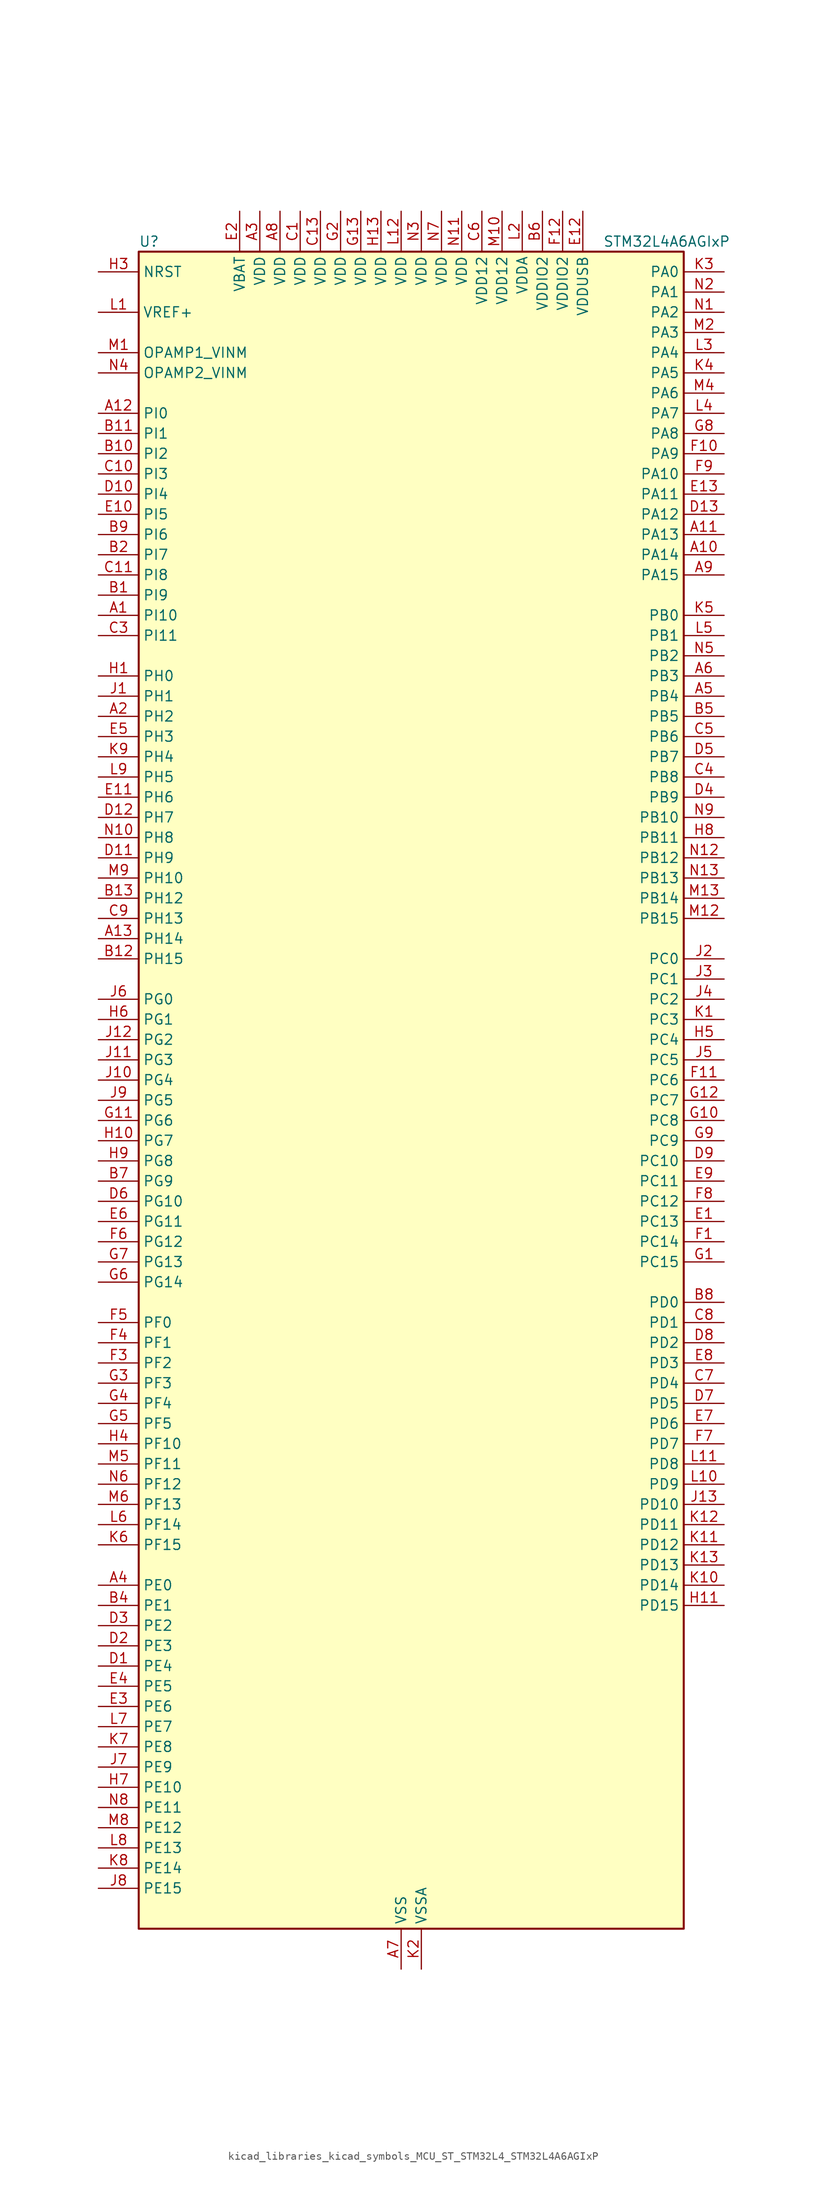
<source format=kicad_sym>
(kicad_symbol_lib
  (version 20220914)
  (generator kicad_symbol_editor)
  (symbol "kicad_libraries_kicad_symbols_MCU_ST_STM32L4_STM32L4A6AGIxP"
    (property "Reference" "U"
      (at -33.02 107.95 0)
      (effects (font (size 1.27 1.27)) (justify left)))
    (property "Value" "STM32L4A6AGIxP"
      (at 25.4 107.95 0)
      (effects (font (size 1.27 1.27)) (justify left)))
    (property "ki_locked" ""
      (at 0 0 0)
      (effects (font (size 1.27 1.27))))
    (symbol "kicad_libraries_kicad_symbols_MCU_ST_STM32L4_STM32L4A6AGIxP_0_1"
      (rectangle (start -33.02 -104.14) (end 35.56 106.68) (stroke (width 0.254) (type default)) (fill (type background))))
    (symbol "kicad_libraries_kicad_symbols_MCU_ST_STM32L4_STM32L4A6AGIxP_1_1"
      (pin bidirectional line (at -38.1 60.96 0) (length 5.08) (name "PI10" (effects (font (size 1.27 1.27)))) (number "A1" (effects (font (size 1.27 1.27)))))
      (pin bidirectional line (at 40.64 68.58 180) (length 5.08) (name "PA14" (effects (font (size 1.27 1.27)))) (number "A10" (effects (font (size 1.27 1.27)))) (alternate "I2C1_SMBA" bidirectional line) (alternate "I2C4_SMBA" bidirectional line) (alternate "LPTIM1_OUT" bidirectional line) (alternate "SAI1_FS_B" bidirectional line) (alternate "SWPMI1_RX" bidirectional line) (alternate "SYS_JTCK-SWCLK" bidirectional line) (alternate "USB_OTG_FS_SOF" bidirectional line))
      (pin bidirectional line (at 40.64 71.12 180) (length 5.08) (name "PA13" (effects (font (size 1.27 1.27)))) (number "A11" (effects (font (size 1.27 1.27)))) (alternate "IR_OUT" bidirectional line) (alternate "SAI1_SD_B" bidirectional line) (alternate "SWPMI1_TX" bidirectional line) (alternate "SYS_JTMS-SWDIO" bidirectional line) (alternate "USB_OTG_FS_NOE" bidirectional line))
      (pin bidirectional line (at -38.1 86.36 0) (length 5.08) (name "PI0" (effects (font (size 1.27 1.27)))) (number "A12" (effects (font (size 1.27 1.27)))) (alternate "DCMI_D13" bidirectional line) (alternate "SPI2_NSS" bidirectional line) (alternate "TIM5_CH4" bidirectional line))
      (pin bidirectional line (at -38.1 20.32 0) (length 5.08) (name "PH14" (effects (font (size 1.27 1.27)))) (number "A13" (effects (font (size 1.27 1.27)))) (alternate "DCMI_D4" bidirectional line) (alternate "TIM8_CH2N" bidirectional line))
      (pin bidirectional line (at -38.1 48.26 0) (length 5.08) (name "PH2" (effects (font (size 1.27 1.27)))) (number "A2" (effects (font (size 1.27 1.27)))) (alternate "QUADSPI_BK2_IO0" bidirectional line))
      (pin power_in line (at -17.78 111.76 270) (length 5.08) (name "VDD" (effects (font (size 1.27 1.27)))) (number "A3" (effects (font (size 1.27 1.27)))))
      (pin bidirectional line (at -38.1 -60.96 0) (length 5.08) (name "PE0" (effects (font (size 1.27 1.27)))) (number "A4" (effects (font (size 1.27 1.27)))) (alternate "DCMI_D2" bidirectional line) (alternate "FMC_NBL0" bidirectional line) (alternate "LCD_SEG36" bidirectional line) (alternate "TIM16_CH1" bidirectional line) (alternate "TIM4_ETR" bidirectional line))
      (pin bidirectional line (at 40.64 50.8 180) (length 5.08) (name "PB4" (effects (font (size 1.27 1.27)))) (number "A5" (effects (font (size 1.27 1.27)))) (alternate "COMP2_INP" bidirectional line) (alternate "DCMI_D12" bidirectional line) (alternate "I2C3_SDA" bidirectional line) (alternate "LCD_SEG8" bidirectional line) (alternate "SAI1_MCLK_B" bidirectional line) (alternate "SPI1_MISO" bidirectional line) (alternate "SPI3_MISO" bidirectional line) (alternate "SYS_JTRST" bidirectional line) (alternate "TIM17_BKIN" bidirectional line) (alternate "TIM3_CH1" bidirectional line) (alternate "TSC_G2_IO1" bidirectional line) (alternate "UART5_DE" bidirectional line) (alternate "UART5_RTS" bidirectional line) (alternate "USART1_CTS" bidirectional line))
      (pin bidirectional line (at 40.64 53.34 180) (length 5.08) (name "PB3" (effects (font (size 1.27 1.27)))) (number "A6" (effects (font (size 1.27 1.27)))) (alternate "COMP2_INM" bidirectional line) (alternate "CRS_SYNC" bidirectional line) (alternate "LCD_SEG7" bidirectional line) (alternate "SAI1_SCK_B" bidirectional line) (alternate "SPI1_SCK" bidirectional line) (alternate "SPI3_SCK" bidirectional line) (alternate "SYS_JTDO-SWO" bidirectional line) (alternate "TIM2_CH2" bidirectional line) (alternate "USART1_DE" bidirectional line) (alternate "USART1_RTS" bidirectional line))
      (pin power_in line (at 0 -109.22 90) (length 5.08) (name "VSS" (effects (font (size 1.27 1.27)))) (number "A7" (effects (font (size 1.27 1.27)))))
      (pin power_in line (at -15.24 111.76 270) (length 5.08) (name "VDD" (effects (font (size 1.27 1.27)))) (number "A8" (effects (font (size 1.27 1.27)))))
      (pin bidirectional line (at 40.64 66.04 180) (length 5.08) (name "PA15" (effects (font (size 1.27 1.27)))) (number "A9" (effects (font (size 1.27 1.27)))) (alternate "ADC1_EXTI15" bidirectional line) (alternate "ADC2_EXTI15" bidirectional line) (alternate "ADC3_EXTI15" bidirectional line) (alternate "LCD_SEG17" bidirectional line) (alternate "SAI2_FS_B" bidirectional line) (alternate "SPI1_NSS" bidirectional line) (alternate "SPI3_NSS" bidirectional line) (alternate "SWPMI1_SUSPEND" bidirectional line) (alternate "SYS_JTDI" bidirectional line) (alternate "TIM2_CH1" bidirectional line) (alternate "TIM2_ETR" bidirectional line) (alternate "TSC_G3_IO1" bidirectional line) (alternate "UART4_DE" bidirectional line) (alternate "UART4_RTS" bidirectional line) (alternate "USART2_RX" bidirectional line) (alternate "USART3_DE" bidirectional line) (alternate "USART3_RTS" bidirectional line))
      (pin bidirectional line (at -38.1 63.5 0) (length 5.08) (name "PI9" (effects (font (size 1.27 1.27)))) (number "B1" (effects (font (size 1.27 1.27)))) (alternate "CAN1_RX" bidirectional line) (alternate "DAC1_EXTI9" bidirectional line))
      (pin bidirectional line (at -38.1 81.28 0) (length 5.08) (name "PI2" (effects (font (size 1.27 1.27)))) (number "B10" (effects (font (size 1.27 1.27)))) (alternate "DCMI_D9" bidirectional line) (alternate "SPI2_MISO" bidirectional line) (alternate "TIM8_CH4" bidirectional line))
      (pin bidirectional line (at -38.1 83.82 0) (length 5.08) (name "PI1" (effects (font (size 1.27 1.27)))) (number "B11" (effects (font (size 1.27 1.27)))) (alternate "DCMI_D8" bidirectional line) (alternate "SPI2_SCK" bidirectional line))
      (pin bidirectional line (at -38.1 17.78 0) (length 5.08) (name "PH15" (effects (font (size 1.27 1.27)))) (number "B12" (effects (font (size 1.27 1.27)))) (alternate "ADC1_EXTI15" bidirectional line) (alternate "ADC2_EXTI15" bidirectional line) (alternate "ADC3_EXTI15" bidirectional line) (alternate "DCMI_D11" bidirectional line) (alternate "TIM8_CH3N" bidirectional line))
      (pin bidirectional line (at -38.1 25.4 0) (length 5.08) (name "PH12" (effects (font (size 1.27 1.27)))) (number "B13" (effects (font (size 1.27 1.27)))) (alternate "DCMI_D3" bidirectional line) (alternate "TIM5_CH3" bidirectional line))
      (pin bidirectional line (at -38.1 68.58 0) (length 5.08) (name "PI7" (effects (font (size 1.27 1.27)))) (number "B2" (effects (font (size 1.27 1.27)))) (alternate "DCMI_D7" bidirectional line) (alternate "TIM8_CH3" bidirectional line))
      (pin passive line (at 0 -109.22 90) (length 5.08) hide (name "VSS" (effects (font (size 1.27 1.27)))) (number "B3" (effects (font (size 1.27 1.27)))))
      (pin bidirectional line (at -38.1 -63.5 0) (length 5.08) (name "PE1" (effects (font (size 1.27 1.27)))) (number "B4" (effects (font (size 1.27 1.27)))) (alternate "DCMI_D3" bidirectional line) (alternate "FMC_NBL1" bidirectional line) (alternate "LCD_SEG37" bidirectional line) (alternate "TIM17_CH1" bidirectional line))
      (pin bidirectional line (at 40.64 48.26 180) (length 5.08) (name "PB5" (effects (font (size 1.27 1.27)))) (number "B5" (effects (font (size 1.27 1.27)))) (alternate "CAN2_RX" bidirectional line) (alternate "COMP2_OUT" bidirectional line) (alternate "DCMI_D10" bidirectional line) (alternate "I2C1_SMBA" bidirectional line) (alternate "LCD_SEG9" bidirectional line) (alternate "LPTIM1_IN1" bidirectional line) (alternate "SAI1_SD_B" bidirectional line) (alternate "SPI1_MOSI" bidirectional line) (alternate "SPI3_MOSI" bidirectional line) (alternate "TIM16_BKIN" bidirectional line) (alternate "TIM3_CH2" bidirectional line) (alternate "TSC_G2_IO2" bidirectional line) (alternate "UART5_CTS" bidirectional line) (alternate "USART1_CK" bidirectional line))
      (pin power_in line (at 17.78 111.76 270) (length 5.08) (name "VDDIO2" (effects (font (size 1.27 1.27)))) (number "B6" (effects (font (size 1.27 1.27)))))
      (pin bidirectional line (at -38.1 -10.16 0) (length 5.08) (name "PG9" (effects (font (size 1.27 1.27)))) (number "B7" (effects (font (size 1.27 1.27)))) (alternate "DAC1_EXTI9" bidirectional line) (alternate "FMC_NCE" bidirectional line) (alternate "FMC_NE2" bidirectional line) (alternate "SAI2_SCK_A" bidirectional line) (alternate "SPI3_SCK" bidirectional line) (alternate "TIM15_CH1N" bidirectional line) (alternate "USART1_TX" bidirectional line))
      (pin bidirectional line (at 40.64 -25.4 180) (length 5.08) (name "PD0" (effects (font (size 1.27 1.27)))) (number "B8" (effects (font (size 1.27 1.27)))) (alternate "CAN1_RX" bidirectional line) (alternate "DFSDM1_DATIN7" bidirectional line) (alternate "FMC_D2" bidirectional line) (alternate "FMC_DA2" bidirectional line) (alternate "SPI2_NSS" bidirectional line))
      (pin bidirectional line (at -38.1 71.12 0) (length 5.08) (name "PI6" (effects (font (size 1.27 1.27)))) (number "B9" (effects (font (size 1.27 1.27)))) (alternate "DCMI_D6" bidirectional line) (alternate "TIM8_CH2" bidirectional line))
      (pin power_in line (at -12.7 111.76 270) (length 5.08) (name "VDD" (effects (font (size 1.27 1.27)))) (number "C1" (effects (font (size 1.27 1.27)))))
      (pin bidirectional line (at -38.1 78.74 0) (length 5.08) (name "PI3" (effects (font (size 1.27 1.27)))) (number "C10" (effects (font (size 1.27 1.27)))) (alternate "DCMI_D10" bidirectional line) (alternate "SPI2_MOSI" bidirectional line) (alternate "TIM8_ETR" bidirectional line))
      (pin bidirectional line (at -38.1 66.04 0) (length 5.08) (name "PI8" (effects (font (size 1.27 1.27)))) (number "C11" (effects (font (size 1.27 1.27)))) (alternate "DCMI_D12" bidirectional line))
      (pin passive line (at 0 -109.22 90) (length 5.08) hide (name "VSS" (effects (font (size 1.27 1.27)))) (number "C12" (effects (font (size 1.27 1.27)))))
      (pin power_in line (at -10.16 111.76 270) (length 5.08) (name "VDD" (effects (font (size 1.27 1.27)))) (number "C13" (effects (font (size 1.27 1.27)))))
      (pin passive line (at 0 -109.22 90) (length 5.08) hide (name "VSS" (effects (font (size 1.27 1.27)))) (number "C2" (effects (font (size 1.27 1.27)))))
      (pin bidirectional line (at -38.1 58.42 0) (length 5.08) (name "PI11" (effects (font (size 1.27 1.27)))) (number "C3" (effects (font (size 1.27 1.27)))) (alternate "ADC1_EXTI11" bidirectional line) (alternate "ADC2_EXTI11" bidirectional line) (alternate "ADC3_EXTI11" bidirectional line))
      (pin bidirectional line (at 40.64 40.64 180) (length 5.08) (name "PB8" (effects (font (size 1.27 1.27)))) (number "C4" (effects (font (size 1.27 1.27)))) (alternate "CAN1_RX" bidirectional line) (alternate "DCMI_D6" bidirectional line) (alternate "DFSDM1_DATIN6" bidirectional line) (alternate "I2C1_SCL" bidirectional line) (alternate "LCD_SEG16" bidirectional line) (alternate "SAI1_MCLK_A" bidirectional line) (alternate "SDMMC1_D4" bidirectional line) (alternate "TIM16_CH1" bidirectional line) (alternate "TIM4_CH3" bidirectional line))
      (pin bidirectional line (at 40.64 45.72 180) (length 5.08) (name "PB6" (effects (font (size 1.27 1.27)))) (number "C5" (effects (font (size 1.27 1.27)))) (alternate "CAN2_TX" bidirectional line) (alternate "COMP2_INP" bidirectional line) (alternate "DCMI_D5" bidirectional line) (alternate "DFSDM1_DATIN5" bidirectional line) (alternate "I2C1_SCL" bidirectional line) (alternate "I2C4_SCL" bidirectional line) (alternate "LPTIM1_ETR" bidirectional line) (alternate "SAI1_FS_B" bidirectional line) (alternate "TIM16_CH1N" bidirectional line) (alternate "TIM4_CH1" bidirectional line) (alternate "TIM8_BKIN2" bidirectional line) (alternate "TIM8_BKIN2_COMP2" bidirectional line) (alternate "TSC_G2_IO3" bidirectional line) (alternate "USART1_TX" bidirectional line))
      (pin power_in line (at 10.16 111.76 270) (length 5.08) (name "VDD12" (effects (font (size 1.27 1.27)))) (number "C6" (effects (font (size 1.27 1.27)))))
      (pin bidirectional line (at 40.64 -35.56 180) (length 5.08) (name "PD4" (effects (font (size 1.27 1.27)))) (number "C7" (effects (font (size 1.27 1.27)))) (alternate "DFSDM1_CKIN0" bidirectional line) (alternate "FMC_NOE" bidirectional line) (alternate "QUADSPI_BK2_IO0" bidirectional line) (alternate "SPI2_MOSI" bidirectional line) (alternate "USART2_DE" bidirectional line) (alternate "USART2_RTS" bidirectional line))
      (pin bidirectional line (at 40.64 -27.94 180) (length 5.08) (name "PD1" (effects (font (size 1.27 1.27)))) (number "C8" (effects (font (size 1.27 1.27)))) (alternate "CAN1_TX" bidirectional line) (alternate "DFSDM1_CKIN7" bidirectional line) (alternate "FMC_D3" bidirectional line) (alternate "FMC_DA3" bidirectional line) (alternate "SPI2_SCK" bidirectional line))
      (pin bidirectional line (at -38.1 22.86 0) (length 5.08) (name "PH13" (effects (font (size 1.27 1.27)))) (number "C9" (effects (font (size 1.27 1.27)))) (alternate "CAN1_TX" bidirectional line) (alternate "TIM8_CH1N" bidirectional line))
      (pin bidirectional line (at -38.1 -71.12 0) (length 5.08) (name "PE4" (effects (font (size 1.27 1.27)))) (number "D1" (effects (font (size 1.27 1.27)))) (alternate "DCMI_D4" bidirectional line) (alternate "DFSDM1_DATIN3" bidirectional line) (alternate "FMC_A20" bidirectional line) (alternate "SAI1_FS_A" bidirectional line) (alternate "SYS_TRACED1" bidirectional line) (alternate "TIM3_CH2" bidirectional line) (alternate "TSC_G7_IO3" bidirectional line))
      (pin bidirectional line (at -38.1 76.2 0) (length 5.08) (name "PI4" (effects (font (size 1.27 1.27)))) (number "D10" (effects (font (size 1.27 1.27)))) (alternate "DCMI_D5" bidirectional line) (alternate "TIM8_BKIN" bidirectional line))
      (pin bidirectional line (at -38.1 30.48 0) (length 5.08) (name "PH9" (effects (font (size 1.27 1.27)))) (number "D11" (effects (font (size 1.27 1.27)))) (alternate "DAC1_EXTI9" bidirectional line) (alternate "DCMI_D0" bidirectional line) (alternate "I2C3_SMBA" bidirectional line))
      (pin bidirectional line (at -38.1 35.56 0) (length 5.08) (name "PH7" (effects (font (size 1.27 1.27)))) (number "D12" (effects (font (size 1.27 1.27)))) (alternate "DCMI_D9" bidirectional line) (alternate "I2C3_SCL" bidirectional line))
      (pin bidirectional line (at 40.64 73.66 180) (length 5.08) (name "PA12" (effects (font (size 1.27 1.27)))) (number "D13" (effects (font (size 1.27 1.27)))) (alternate "CAN1_TX" bidirectional line) (alternate "SPI1_MOSI" bidirectional line) (alternate "TIM1_ETR" bidirectional line) (alternate "USART1_DE" bidirectional line) (alternate "USART1_RTS" bidirectional line) (alternate "USB_OTG_FS_DP" bidirectional line))
      (pin bidirectional line (at -38.1 -68.58 0) (length 5.08) (name "PE3" (effects (font (size 1.27 1.27)))) (number "D2" (effects (font (size 1.27 1.27)))) (alternate "FMC_A19" bidirectional line) (alternate "LCD_SEG39" bidirectional line) (alternate "SAI1_SD_B" bidirectional line) (alternate "SYS_TRACED0" bidirectional line) (alternate "TIM3_CH1" bidirectional line) (alternate "TSC_G7_IO2" bidirectional line))
      (pin bidirectional line (at -38.1 -66.04 0) (length 5.08) (name "PE2" (effects (font (size 1.27 1.27)))) (number "D3" (effects (font (size 1.27 1.27)))) (alternate "FMC_A23" bidirectional line) (alternate "LCD_SEG38" bidirectional line) (alternate "SAI1_MCLK_A" bidirectional line) (alternate "SYS_TRACECLK" bidirectional line) (alternate "TIM3_ETR" bidirectional line) (alternate "TSC_G7_IO1" bidirectional line))
      (pin bidirectional line (at 40.64 38.1 180) (length 5.08) (name "PB9" (effects (font (size 1.27 1.27)))) (number "D4" (effects (font (size 1.27 1.27)))) (alternate "CAN1_TX" bidirectional line) (alternate "DAC1_EXTI9" bidirectional line) (alternate "DCMI_D7" bidirectional line) (alternate "DFSDM1_CKIN6" bidirectional line) (alternate "I2C1_SDA" bidirectional line) (alternate "IR_OUT" bidirectional line) (alternate "LCD_COM3" bidirectional line) (alternate "SAI1_FS_A" bidirectional line) (alternate "SDMMC1_D5" bidirectional line) (alternate "SPI2_NSS" bidirectional line) (alternate "TIM17_CH1" bidirectional line) (alternate "TIM4_CH4" bidirectional line))
      (pin bidirectional line (at 40.64 43.18 180) (length 5.08) (name "PB7" (effects (font (size 1.27 1.27)))) (number "D5" (effects (font (size 1.27 1.27)))) (alternate "COMP2_INM" bidirectional line) (alternate "DCMI_VSYNC" bidirectional line) (alternate "DFSDM1_CKIN5" bidirectional line) (alternate "FMC_NL" bidirectional line) (alternate "I2C1_SDA" bidirectional line) (alternate "I2C4_SDA" bidirectional line) (alternate "LCD_SEG21" bidirectional line) (alternate "LPTIM1_IN2" bidirectional line) (alternate "SYS_PVD_IN" bidirectional line) (alternate "TIM17_CH1N" bidirectional line) (alternate "TIM4_CH2" bidirectional line) (alternate "TIM8_BKIN" bidirectional line) (alternate "TIM8_BKIN_COMP1" bidirectional line) (alternate "TSC_G2_IO4" bidirectional line) (alternate "UART4_CTS" bidirectional line) (alternate "USART1_RX" bidirectional line))
      (pin bidirectional line (at -38.1 -12.7 0) (length 5.08) (name "PG10" (effects (font (size 1.27 1.27)))) (number "D6" (effects (font (size 1.27 1.27)))) (alternate "FMC_NE3" bidirectional line) (alternate "LPTIM1_IN1" bidirectional line) (alternate "SAI2_FS_A" bidirectional line) (alternate "SPI3_MISO" bidirectional line) (alternate "TIM15_CH1" bidirectional line) (alternate "USART1_RX" bidirectional line))
      (pin bidirectional line (at 40.64 -38.1 180) (length 5.08) (name "PD5" (effects (font (size 1.27 1.27)))) (number "D7" (effects (font (size 1.27 1.27)))) (alternate "FMC_NWE" bidirectional line) (alternate "QUADSPI_BK2_IO1" bidirectional line) (alternate "USART2_TX" bidirectional line))
      (pin bidirectional line (at 40.64 -30.48 180) (length 5.08) (name "PD2" (effects (font (size 1.27 1.27)))) (number "D8" (effects (font (size 1.27 1.27)))) (alternate "DCMI_D11" bidirectional line) (alternate "LCD_COM7" bidirectional line) (alternate "LCD_SEG31" bidirectional line) (alternate "LCD_SEG43" bidirectional line) (alternate "SDMMC1_CMD" bidirectional line) (alternate "SYS_TRACED2" bidirectional line) (alternate "TIM3_ETR" bidirectional line) (alternate "TSC_SYNC" bidirectional line) (alternate "UART5_RX" bidirectional line) (alternate "USART3_DE" bidirectional line) (alternate "USART3_RTS" bidirectional line))
      (pin bidirectional line (at 40.64 -7.62 180) (length 5.08) (name "PC10" (effects (font (size 1.27 1.27)))) (number "D9" (effects (font (size 1.27 1.27)))) (alternate "DCMI_D8" bidirectional line) (alternate "LCD_COM4" bidirectional line) (alternate "LCD_SEG28" bidirectional line) (alternate "LCD_SEG40" bidirectional line) (alternate "SAI2_SCK_B" bidirectional line) (alternate "SDMMC1_D2" bidirectional line) (alternate "SPI3_SCK" bidirectional line) (alternate "SYS_TRACED1" bidirectional line) (alternate "TSC_G3_IO2" bidirectional line) (alternate "UART4_TX" bidirectional line) (alternate "USART3_TX" bidirectional line))
      (pin bidirectional line (at 40.64 -15.24 180) (length 5.08) (name "PC13" (effects (font (size 1.27 1.27)))) (number "E1" (effects (font (size 1.27 1.27)))) (alternate "RTC_OUT_ALARM" bidirectional line) (alternate "RTC_OUT_CALIB" bidirectional line) (alternate "RTC_TAMP1" bidirectional line) (alternate "RTC_TS" bidirectional line) (alternate "SYS_WKUP2" bidirectional line))
      (pin bidirectional line (at -38.1 73.66 0) (length 5.08) (name "PI5" (effects (font (size 1.27 1.27)))) (number "E10" (effects (font (size 1.27 1.27)))) (alternate "DCMI_VSYNC" bidirectional line) (alternate "TIM8_CH1" bidirectional line))
      (pin bidirectional line (at -38.1 38.1 0) (length 5.08) (name "PH6" (effects (font (size 1.27 1.27)))) (number "E11" (effects (font (size 1.27 1.27)))) (alternate "DCMI_D8" bidirectional line) (alternate "I2C2_SMBA" bidirectional line))
      (pin power_in line (at 22.86 111.76 270) (length 5.08) (name "VDDUSB" (effects (font (size 1.27 1.27)))) (number "E12" (effects (font (size 1.27 1.27)))))
      (pin bidirectional line (at 40.64 76.2 180) (length 5.08) (name "PA11" (effects (font (size 1.27 1.27)))) (number "E13" (effects (font (size 1.27 1.27)))) (alternate "ADC1_EXTI11" bidirectional line) (alternate "ADC2_EXTI11" bidirectional line) (alternate "ADC3_EXTI11" bidirectional line) (alternate "CAN1_RX" bidirectional line) (alternate "SPI1_MISO" bidirectional line) (alternate "TIM1_BKIN2" bidirectional line) (alternate "TIM1_BKIN2_COMP1" bidirectional line) (alternate "TIM1_CH4" bidirectional line) (alternate "USART1_CTS" bidirectional line) (alternate "USB_OTG_FS_DM" bidirectional line))
      (pin power_in line (at -20.32 111.76 270) (length 5.08) (name "VBAT" (effects (font (size 1.27 1.27)))) (number "E2" (effects (font (size 1.27 1.27)))))
      (pin bidirectional line (at -38.1 -76.2 0) (length 5.08) (name "PE6" (effects (font (size 1.27 1.27)))) (number "E3" (effects (font (size 1.27 1.27)))) (alternate "DCMI_D7" bidirectional line) (alternate "FMC_A22" bidirectional line) (alternate "RTC_TAMP3" bidirectional line) (alternate "SAI1_SD_A" bidirectional line) (alternate "SYS_TRACED3" bidirectional line) (alternate "SYS_WKUP3" bidirectional line) (alternate "TIM3_CH4" bidirectional line))
      (pin bidirectional line (at -38.1 -73.66 0) (length 5.08) (name "PE5" (effects (font (size 1.27 1.27)))) (number "E4" (effects (font (size 1.27 1.27)))) (alternate "DCMI_D6" bidirectional line) (alternate "DFSDM1_CKIN3" bidirectional line) (alternate "FMC_A21" bidirectional line) (alternate "SAI1_SCK_A" bidirectional line) (alternate "SYS_TRACED2" bidirectional line) (alternate "TIM3_CH3" bidirectional line) (alternate "TSC_G7_IO4" bidirectional line))
      (pin bidirectional line (at -38.1 45.72 0) (length 5.08) (name "PH3" (effects (font (size 1.27 1.27)))) (number "E5" (effects (font (size 1.27 1.27)))))
      (pin bidirectional line (at -38.1 -15.24 0) (length 5.08) (name "PG11" (effects (font (size 1.27 1.27)))) (number "E6" (effects (font (size 1.27 1.27)))) (alternate "ADC1_EXTI11" bidirectional line) (alternate "ADC2_EXTI11" bidirectional line) (alternate "ADC3_EXTI11" bidirectional line) (alternate "LPTIM1_IN2" bidirectional line) (alternate "SAI2_MCLK_A" bidirectional line) (alternate "SPI3_MOSI" bidirectional line) (alternate "TIM15_CH2" bidirectional line) (alternate "USART1_CTS" bidirectional line))
      (pin bidirectional line (at 40.64 -40.64 180) (length 5.08) (name "PD6" (effects (font (size 1.27 1.27)))) (number "E7" (effects (font (size 1.27 1.27)))) (alternate "DCMI_D10" bidirectional line) (alternate "DFSDM1_DATIN1" bidirectional line) (alternate "FMC_NWAIT" bidirectional line) (alternate "QUADSPI_BK2_IO1" bidirectional line) (alternate "QUADSPI_BK2_IO2" bidirectional line) (alternate "SAI1_SD_A" bidirectional line) (alternate "USART2_RX" bidirectional line))
      (pin bidirectional line (at 40.64 -33.02 180) (length 5.08) (name "PD3" (effects (font (size 1.27 1.27)))) (number "E8" (effects (font (size 1.27 1.27)))) (alternate "DCMI_D5" bidirectional line) (alternate "DFSDM1_DATIN0" bidirectional line) (alternate "FMC_CLK" bidirectional line) (alternate "QUADSPI_BK2_NCS" bidirectional line) (alternate "SPI2_MISO" bidirectional line) (alternate "SPI2_SCK" bidirectional line) (alternate "USART2_CTS" bidirectional line))
      (pin bidirectional line (at 40.64 -10.16 180) (length 5.08) (name "PC11" (effects (font (size 1.27 1.27)))) (number "E9" (effects (font (size 1.27 1.27)))) (alternate "ADC1_EXTI11" bidirectional line) (alternate "ADC2_EXTI11" bidirectional line) (alternate "ADC3_EXTI11" bidirectional line) (alternate "DCMI_D4" bidirectional line) (alternate "LCD_COM5" bidirectional line) (alternate "LCD_SEG29" bidirectional line) (alternate "LCD_SEG41" bidirectional line) (alternate "QUADSPI_BK2_NCS" bidirectional line) (alternate "SAI2_MCLK_B" bidirectional line) (alternate "SDMMC1_D3" bidirectional line) (alternate "SPI3_MISO" bidirectional line) (alternate "TSC_G3_IO3" bidirectional line) (alternate "UART4_RX" bidirectional line) (alternate "USART3_RX" bidirectional line))
      (pin bidirectional line (at 40.64 -17.78 180) (length 5.08) (name "PC14" (effects (font (size 1.27 1.27)))) (number "F1" (effects (font (size 1.27 1.27)))) (alternate "RCC_OSC32_IN" bidirectional line))
      (pin bidirectional line (at 40.64 81.28 180) (length 5.08) (name "PA9" (effects (font (size 1.27 1.27)))) (number "F10" (effects (font (size 1.27 1.27)))) (alternate "DAC1_EXTI9" bidirectional line) (alternate "DCMI_D0" bidirectional line) (alternate "LCD_COM1" bidirectional line) (alternate "SAI1_FS_A" bidirectional line) (alternate "SPI2_SCK" bidirectional line) (alternate "TIM15_BKIN" bidirectional line) (alternate "TIM1_CH2" bidirectional line) (alternate "USART1_TX" bidirectional line) (alternate "USB_OTG_FS_VBUS" bidirectional line))
      (pin bidirectional line (at 40.64 2.54 180) (length 5.08) (name "PC6" (effects (font (size 1.27 1.27)))) (number "F11" (effects (font (size 1.27 1.27)))) (alternate "DCMI_D0" bidirectional line) (alternate "DFSDM1_CKIN3" bidirectional line) (alternate "LCD_SEG24" bidirectional line) (alternate "SAI2_MCLK_A" bidirectional line) (alternate "SDMMC1_D6" bidirectional line) (alternate "TIM3_CH1" bidirectional line) (alternate "TIM8_CH1" bidirectional line) (alternate "TSC_G4_IO1" bidirectional line))
      (pin power_in line (at 20.32 111.76 270) (length 5.08) (name "VDDIO2" (effects (font (size 1.27 1.27)))) (number "F12" (effects (font (size 1.27 1.27)))))
      (pin passive line (at 0 -109.22 90) (length 5.08) hide (name "VSS" (effects (font (size 1.27 1.27)))) (number "F13" (effects (font (size 1.27 1.27)))))
      (pin passive line (at 0 -109.22 90) (length 5.08) hide (name "VSS" (effects (font (size 1.27 1.27)))) (number "F2" (effects (font (size 1.27 1.27)))))
      (pin bidirectional line (at -38.1 -33.02 0) (length 5.08) (name "PF2" (effects (font (size 1.27 1.27)))) (number "F3" (effects (font (size 1.27 1.27)))) (alternate "FMC_A2" bidirectional line) (alternate "I2C2_SMBA" bidirectional line))
      (pin bidirectional line (at -38.1 -30.48 0) (length 5.08) (name "PF1" (effects (font (size 1.27 1.27)))) (number "F4" (effects (font (size 1.27 1.27)))) (alternate "FMC_A1" bidirectional line) (alternate "I2C2_SCL" bidirectional line))
      (pin bidirectional line (at -38.1 -27.94 0) (length 5.08) (name "PF0" (effects (font (size 1.27 1.27)))) (number "F5" (effects (font (size 1.27 1.27)))) (alternate "FMC_A0" bidirectional line) (alternate "I2C2_SDA" bidirectional line))
      (pin bidirectional line (at -38.1 -17.78 0) (length 5.08) (name "PG12" (effects (font (size 1.27 1.27)))) (number "F6" (effects (font (size 1.27 1.27)))) (alternate "FMC_NE4" bidirectional line) (alternate "LPTIM1_ETR" bidirectional line) (alternate "SAI2_SD_A" bidirectional line) (alternate "SPI3_NSS" bidirectional line) (alternate "USART1_DE" bidirectional line) (alternate "USART1_RTS" bidirectional line))
      (pin bidirectional line (at 40.64 -43.18 180) (length 5.08) (name "PD7" (effects (font (size 1.27 1.27)))) (number "F7" (effects (font (size 1.27 1.27)))) (alternate "DFSDM1_CKIN1" bidirectional line) (alternate "FMC_NE1" bidirectional line) (alternate "QUADSPI_BK2_IO3" bidirectional line) (alternate "USART2_CK" bidirectional line))
      (pin bidirectional line (at 40.64 -12.7 180) (length 5.08) (name "PC12" (effects (font (size 1.27 1.27)))) (number "F8" (effects (font (size 1.27 1.27)))) (alternate "DCMI_D9" bidirectional line) (alternate "LCD_COM6" bidirectional line) (alternate "LCD_SEG30" bidirectional line) (alternate "LCD_SEG42" bidirectional line) (alternate "SAI2_SD_B" bidirectional line) (alternate "SDMMC1_CK" bidirectional line) (alternate "SPI3_MOSI" bidirectional line) (alternate "SYS_TRACED3" bidirectional line) (alternate "TSC_G3_IO4" bidirectional line) (alternate "UART5_TX" bidirectional line) (alternate "USART3_CK" bidirectional line))
      (pin bidirectional line (at 40.64 78.74 180) (length 5.08) (name "PA10" (effects (font (size 1.27 1.27)))) (number "F9" (effects (font (size 1.27 1.27)))) (alternate "DCMI_D1" bidirectional line) (alternate "LCD_COM2" bidirectional line) (alternate "SAI1_SD_A" bidirectional line) (alternate "TIM17_BKIN" bidirectional line) (alternate "TIM1_CH3" bidirectional line) (alternate "USART1_RX" bidirectional line) (alternate "USB_OTG_FS_ID" bidirectional line))
      (pin bidirectional line (at 40.64 -20.32 180) (length 5.08) (name "PC15" (effects (font (size 1.27 1.27)))) (number "G1" (effects (font (size 1.27 1.27)))) (alternate "ADC1_EXTI15" bidirectional line) (alternate "ADC2_EXTI15" bidirectional line) (alternate "ADC3_EXTI15" bidirectional line) (alternate "RCC_OSC32_OUT" bidirectional line))
      (pin bidirectional line (at 40.64 -2.54 180) (length 5.08) (name "PC8" (effects (font (size 1.27 1.27)))) (number "G10" (effects (font (size 1.27 1.27)))) (alternate "DCMI_D2" bidirectional line) (alternate "LCD_SEG26" bidirectional line) (alternate "SDMMC1_D0" bidirectional line) (alternate "TIM3_CH3" bidirectional line) (alternate "TIM8_CH3" bidirectional line) (alternate "TSC_G4_IO3" bidirectional line))
      (pin bidirectional line (at -38.1 -2.54 0) (length 5.08) (name "PG6" (effects (font (size 1.27 1.27)))) (number "G11" (effects (font (size 1.27 1.27)))) (alternate "I2C3_SMBA" bidirectional line) (alternate "LPUART1_DE" bidirectional line) (alternate "LPUART1_RTS" bidirectional line))
      (pin bidirectional line (at 40.64 0 180) (length 5.08) (name "PC7" (effects (font (size 1.27 1.27)))) (number "G12" (effects (font (size 1.27 1.27)))) (alternate "DCMI_D1" bidirectional line) (alternate "DFSDM1_DATIN3" bidirectional line) (alternate "LCD_SEG25" bidirectional line) (alternate "SAI2_MCLK_B" bidirectional line) (alternate "SDMMC1_D7" bidirectional line) (alternate "TIM3_CH2" bidirectional line) (alternate "TIM8_CH2" bidirectional line) (alternate "TSC_G4_IO2" bidirectional line))
      (pin power_in line (at -5.08 111.76 270) (length 5.08) (name "VDD" (effects (font (size 1.27 1.27)))) (number "G13" (effects (font (size 1.27 1.27)))))
      (pin power_in line (at -7.62 111.76 270) (length 5.08) (name "VDD" (effects (font (size 1.27 1.27)))) (number "G2" (effects (font (size 1.27 1.27)))))
      (pin bidirectional line (at -38.1 -35.56 0) (length 5.08) (name "PF3" (effects (font (size 1.27 1.27)))) (number "G3" (effects (font (size 1.27 1.27)))) (alternate "ADC3_IN6" bidirectional line) (alternate "FMC_A3" bidirectional line))
      (pin bidirectional line (at -38.1 -38.1 0) (length 5.08) (name "PF4" (effects (font (size 1.27 1.27)))) (number "G4" (effects (font (size 1.27 1.27)))) (alternate "ADC3_IN7" bidirectional line) (alternate "FMC_A4" bidirectional line))
      (pin bidirectional line (at -38.1 -40.64 0) (length 5.08) (name "PF5" (effects (font (size 1.27 1.27)))) (number "G5" (effects (font (size 1.27 1.27)))) (alternate "ADC3_IN8" bidirectional line) (alternate "FMC_A5" bidirectional line))
      (pin bidirectional line (at -38.1 -22.86 0) (length 5.08) (name "PG14" (effects (font (size 1.27 1.27)))) (number "G6" (effects (font (size 1.27 1.27)))) (alternate "FMC_A25" bidirectional line) (alternate "I2C1_SCL" bidirectional line))
      (pin bidirectional line (at -38.1 -20.32 0) (length 5.08) (name "PG13" (effects (font (size 1.27 1.27)))) (number "G7" (effects (font (size 1.27 1.27)))) (alternate "FMC_A24" bidirectional line) (alternate "I2C1_SDA" bidirectional line) (alternate "USART1_CK" bidirectional line))
      (pin bidirectional line (at 40.64 83.82 180) (length 5.08) (name "PA8" (effects (font (size 1.27 1.27)))) (number "G8" (effects (font (size 1.27 1.27)))) (alternate "LCD_COM0" bidirectional line) (alternate "LPTIM2_OUT" bidirectional line) (alternate "RCC_MCO" bidirectional line) (alternate "SAI1_SCK_A" bidirectional line) (alternate "SWPMI1_IO" bidirectional line) (alternate "TIM1_CH1" bidirectional line) (alternate "USART1_CK" bidirectional line) (alternate "USB_OTG_FS_SOF" bidirectional line))
      (pin bidirectional line (at 40.64 -5.08 180) (length 5.08) (name "PC9" (effects (font (size 1.27 1.27)))) (number "G9" (effects (font (size 1.27 1.27)))) (alternate "DAC1_EXTI9" bidirectional line) (alternate "DCMI_D3" bidirectional line) (alternate "I2C3_SDA" bidirectional line) (alternate "LCD_SEG27" bidirectional line) (alternate "SAI2_EXTCLK" bidirectional line) (alternate "SDMMC1_D1" bidirectional line) (alternate "TIM3_CH4" bidirectional line) (alternate "TIM8_BKIN2" bidirectional line) (alternate "TIM8_BKIN2_COMP1" bidirectional line) (alternate "TIM8_CH4" bidirectional line) (alternate "TSC_G4_IO4" bidirectional line) (alternate "USB_OTG_FS_NOE" bidirectional line))
      (pin bidirectional line (at -38.1 53.34 0) (length 5.08) (name "PH0" (effects (font (size 1.27 1.27)))) (number "H1" (effects (font (size 1.27 1.27)))) (alternate "RCC_OSC_IN" bidirectional line))
      (pin bidirectional line (at -38.1 -5.08 0) (length 5.08) (name "PG7" (effects (font (size 1.27 1.27)))) (number "H10" (effects (font (size 1.27 1.27)))) (alternate "FMC_INT" bidirectional line) (alternate "I2C3_SCL" bidirectional line) (alternate "LPUART1_TX" bidirectional line) (alternate "SAI1_MCLK_A" bidirectional line))
      (pin bidirectional line (at 40.64 -63.5 180) (length 5.08) (name "PD15" (effects (font (size 1.27 1.27)))) (number "H11" (effects (font (size 1.27 1.27)))) (alternate "ADC1_EXTI15" bidirectional line) (alternate "ADC2_EXTI15" bidirectional line) (alternate "ADC3_EXTI15" bidirectional line) (alternate "FMC_D1" bidirectional line) (alternate "FMC_DA1" bidirectional line) (alternate "LCD_SEG35" bidirectional line) (alternate "TIM4_CH4" bidirectional line))
      (pin passive line (at 0 -109.22 90) (length 5.08) hide (name "VSS" (effects (font (size 1.27 1.27)))) (number "H12" (effects (font (size 1.27 1.27)))))
      (pin power_in line (at -2.54 111.76 270) (length 5.08) (name "VDD" (effects (font (size 1.27 1.27)))) (number "H13" (effects (font (size 1.27 1.27)))))
      (pin passive line (at 0 -109.22 90) (length 5.08) hide (name "VSS" (effects (font (size 1.27 1.27)))) (number "H2" (effects (font (size 1.27 1.27)))))
      (pin input line (at -38.1 104.14 0) (length 5.08) (name "NRST" (effects (font (size 1.27 1.27)))) (number "H3" (effects (font (size 1.27 1.27)))))
      (pin bidirectional line (at -38.1 -43.18 0) (length 5.08) (name "PF10" (effects (font (size 1.27 1.27)))) (number "H4" (effects (font (size 1.27 1.27)))) (alternate "ADC3_IN13" bidirectional line) (alternate "DCMI_D11" bidirectional line) (alternate "QUADSPI_CLK" bidirectional line) (alternate "TIM15_CH2" bidirectional line))
      (pin bidirectional line (at 40.64 7.62 180) (length 5.08) (name "PC4" (effects (font (size 1.27 1.27)))) (number "H5" (effects (font (size 1.27 1.27)))) (alternate "ADC1_IN13" bidirectional line) (alternate "ADC2_IN13" bidirectional line) (alternate "COMP1_INM" bidirectional line) (alternate "LCD_SEG22" bidirectional line) (alternate "QUADSPI_BK2_IO3" bidirectional line) (alternate "USART3_TX" bidirectional line))
      (pin bidirectional line (at -38.1 10.16 0) (length 5.08) (name "PG1" (effects (font (size 1.27 1.27)))) (number "H6" (effects (font (size 1.27 1.27)))) (alternate "FMC_A11" bidirectional line) (alternate "TSC_G8_IO4" bidirectional line))
      (pin bidirectional line (at -38.1 -86.36 0) (length 5.08) (name "PE10" (effects (font (size 1.27 1.27)))) (number "H7" (effects (font (size 1.27 1.27)))) (alternate "DFSDM1_DATIN4" bidirectional line) (alternate "FMC_D7" bidirectional line) (alternate "FMC_DA7" bidirectional line) (alternate "QUADSPI_CLK" bidirectional line) (alternate "SAI1_MCLK_B" bidirectional line) (alternate "TIM1_CH2N" bidirectional line) (alternate "TSC_G5_IO1" bidirectional line))
      (pin bidirectional line (at 40.64 33.02 180) (length 5.08) (name "PB11" (effects (font (size 1.27 1.27)))) (number "H8" (effects (font (size 1.27 1.27)))) (alternate "ADC1_EXTI11" bidirectional line) (alternate "ADC2_EXTI11" bidirectional line) (alternate "ADC3_EXTI11" bidirectional line) (alternate "COMP2_OUT" bidirectional line) (alternate "DFSDM1_CKIN7" bidirectional line) (alternate "I2C2_SDA" bidirectional line) (alternate "I2C4_SDA" bidirectional line) (alternate "LCD_SEG11" bidirectional line) (alternate "LPUART1_TX" bidirectional line) (alternate "QUADSPI_BK1_NCS" bidirectional line) (alternate "TIM2_CH4" bidirectional line) (alternate "USART3_RX" bidirectional line))
      (pin bidirectional line (at -38.1 -7.62 0) (length 5.08) (name "PG8" (effects (font (size 1.27 1.27)))) (number "H9" (effects (font (size 1.27 1.27)))) (alternate "I2C3_SDA" bidirectional line) (alternate "LPUART1_RX" bidirectional line))
      (pin bidirectional line (at -38.1 50.8 0) (length 5.08) (name "PH1" (effects (font (size 1.27 1.27)))) (number "J1" (effects (font (size 1.27 1.27)))) (alternate "RCC_OSC_OUT" bidirectional line))
      (pin bidirectional line (at -38.1 2.54 0) (length 5.08) (name "PG4" (effects (font (size 1.27 1.27)))) (number "J10" (effects (font (size 1.27 1.27)))) (alternate "FMC_A14" bidirectional line) (alternate "SAI2_MCLK_B" bidirectional line) (alternate "SPI1_MOSI" bidirectional line))
      (pin bidirectional line (at -38.1 5.08 0) (length 5.08) (name "PG3" (effects (font (size 1.27 1.27)))) (number "J11" (effects (font (size 1.27 1.27)))) (alternate "FMC_A13" bidirectional line) (alternate "SAI2_FS_B" bidirectional line) (alternate "SPI1_MISO" bidirectional line))
      (pin bidirectional line (at -38.1 7.62 0) (length 5.08) (name "PG2" (effects (font (size 1.27 1.27)))) (number "J12" (effects (font (size 1.27 1.27)))) (alternate "FMC_A12" bidirectional line) (alternate "SAI2_SCK_B" bidirectional line) (alternate "SPI1_SCK" bidirectional line))
      (pin bidirectional line (at 40.64 -50.8 180) (length 5.08) (name "PD10" (effects (font (size 1.27 1.27)))) (number "J13" (effects (font (size 1.27 1.27)))) (alternate "FMC_D15" bidirectional line) (alternate "FMC_DA15" bidirectional line) (alternate "LCD_SEG30" bidirectional line) (alternate "SAI2_SCK_A" bidirectional line) (alternate "TSC_G6_IO1" bidirectional line) (alternate "USART3_CK" bidirectional line))
      (pin bidirectional line (at 40.64 17.78 180) (length 5.08) (name "PC0" (effects (font (size 1.27 1.27)))) (number "J2" (effects (font (size 1.27 1.27)))) (alternate "ADC1_IN1" bidirectional line) (alternate "ADC2_IN1" bidirectional line) (alternate "ADC3_IN1" bidirectional line) (alternate "DFSDM1_DATIN4" bidirectional line) (alternate "I2C3_SCL" bidirectional line) (alternate "I2C4_SCL" bidirectional line) (alternate "LCD_SEG18" bidirectional line) (alternate "LPTIM1_IN1" bidirectional line) (alternate "LPTIM2_IN1" bidirectional line) (alternate "LPUART1_RX" bidirectional line))
      (pin bidirectional line (at 40.64 15.24 180) (length 5.08) (name "PC1" (effects (font (size 1.27 1.27)))) (number "J3" (effects (font (size 1.27 1.27)))) (alternate "ADC1_IN2" bidirectional line) (alternate "ADC2_IN2" bidirectional line) (alternate "ADC3_IN2" bidirectional line) (alternate "DFSDM1_CKIN4" bidirectional line) (alternate "I2C3_SDA" bidirectional line) (alternate "I2C4_SDA" bidirectional line) (alternate "LCD_SEG19" bidirectional line) (alternate "LPTIM1_OUT" bidirectional line) (alternate "LPUART1_TX" bidirectional line) (alternate "QUADSPI_BK2_IO0" bidirectional line) (alternate "SAI1_SD_A" bidirectional line) (alternate "SPI2_MOSI" bidirectional line) (alternate "SYS_TRACED0" bidirectional line))
      (pin bidirectional line (at 40.64 12.7 180) (length 5.08) (name "PC2" (effects (font (size 1.27 1.27)))) (number "J4" (effects (font (size 1.27 1.27)))) (alternate "ADC1_IN3" bidirectional line) (alternate "ADC2_IN3" bidirectional line) (alternate "ADC3_IN3" bidirectional line) (alternate "DFSDM1_CKOUT" bidirectional line) (alternate "LCD_SEG20" bidirectional line) (alternate "LPTIM1_IN2" bidirectional line) (alternate "QUADSPI_BK2_IO1" bidirectional line) (alternate "SPI2_MISO" bidirectional line))
      (pin bidirectional line (at 40.64 5.08 180) (length 5.08) (name "PC5" (effects (font (size 1.27 1.27)))) (number "J5" (effects (font (size 1.27 1.27)))) (alternate "ADC1_IN14" bidirectional line) (alternate "ADC2_IN14" bidirectional line) (alternate "COMP1_INP" bidirectional line) (alternate "LCD_SEG23" bidirectional line) (alternate "SYS_WKUP5" bidirectional line) (alternate "USART3_RX" bidirectional line))
      (pin bidirectional line (at -38.1 12.7 0) (length 5.08) (name "PG0" (effects (font (size 1.27 1.27)))) (number "J6" (effects (font (size 1.27 1.27)))) (alternate "FMC_A10" bidirectional line) (alternate "TSC_G8_IO3" bidirectional line))
      (pin bidirectional line (at -38.1 -83.82 0) (length 5.08) (name "PE9" (effects (font (size 1.27 1.27)))) (number "J7" (effects (font (size 1.27 1.27)))) (alternate "DAC1_EXTI9" bidirectional line) (alternate "DFSDM1_CKOUT" bidirectional line) (alternate "FMC_D6" bidirectional line) (alternate "FMC_DA6" bidirectional line) (alternate "SAI1_FS_B" bidirectional line) (alternate "TIM1_CH1" bidirectional line))
      (pin bidirectional line (at -38.1 -99.06 0) (length 5.08) (name "PE15" (effects (font (size 1.27 1.27)))) (number "J8" (effects (font (size 1.27 1.27)))) (alternate "ADC1_EXTI15" bidirectional line) (alternate "ADC2_EXTI15" bidirectional line) (alternate "ADC3_EXTI15" bidirectional line) (alternate "FMC_D12" bidirectional line) (alternate "FMC_DA12" bidirectional line) (alternate "QUADSPI_BK1_IO3" bidirectional line) (alternate "SPI1_MOSI" bidirectional line) (alternate "TIM1_BKIN" bidirectional line) (alternate "TIM1_BKIN_COMP1" bidirectional line))
      (pin bidirectional line (at -38.1 0 0) (length 5.08) (name "PG5" (effects (font (size 1.27 1.27)))) (number "J9" (effects (font (size 1.27 1.27)))) (alternate "FMC_A15" bidirectional line) (alternate "LPUART1_CTS" bidirectional line) (alternate "SAI2_SD_B" bidirectional line) (alternate "SPI1_NSS" bidirectional line))
      (pin bidirectional line (at 40.64 10.16 180) (length 5.08) (name "PC3" (effects (font (size 1.27 1.27)))) (number "K1" (effects (font (size 1.27 1.27)))) (alternate "ADC1_IN4" bidirectional line) (alternate "ADC2_IN4" bidirectional line) (alternate "ADC3_IN4" bidirectional line) (alternate "LCD_VLCD" bidirectional line) (alternate "LPTIM1_ETR" bidirectional line) (alternate "LPTIM2_ETR" bidirectional line) (alternate "QUADSPI_BK2_IO2" bidirectional line) (alternate "SAI1_SD_A" bidirectional line) (alternate "SPI2_MOSI" bidirectional line))
      (pin bidirectional line (at 40.64 -60.96 180) (length 5.08) (name "PD14" (effects (font (size 1.27 1.27)))) (number "K10" (effects (font (size 1.27 1.27)))) (alternate "FMC_D0" bidirectional line) (alternate "FMC_DA0" bidirectional line) (alternate "LCD_SEG34" bidirectional line) (alternate "TIM4_CH3" bidirectional line))
      (pin bidirectional line (at 40.64 -55.88 180) (length 5.08) (name "PD12" (effects (font (size 1.27 1.27)))) (number "K11" (effects (font (size 1.27 1.27)))) (alternate "FMC_A17" bidirectional line) (alternate "FMC_ALE" bidirectional line) (alternate "I2C4_SCL" bidirectional line) (alternate "LCD_SEG32" bidirectional line) (alternate "LPTIM2_IN1" bidirectional line) (alternate "SAI2_FS_A" bidirectional line) (alternate "TIM4_CH1" bidirectional line) (alternate "TSC_G6_IO3" bidirectional line) (alternate "USART3_DE" bidirectional line) (alternate "USART3_RTS" bidirectional line))
      (pin bidirectional line (at 40.64 -53.34 180) (length 5.08) (name "PD11" (effects (font (size 1.27 1.27)))) (number "K12" (effects (font (size 1.27 1.27)))) (alternate "ADC1_EXTI11" bidirectional line) (alternate "ADC2_EXTI11" bidirectional line) (alternate "ADC3_EXTI11" bidirectional line) (alternate "FMC_A16" bidirectional line) (alternate "FMC_CLE" bidirectional line) (alternate "I2C4_SMBA" bidirectional line) (alternate "LCD_SEG31" bidirectional line) (alternate "LPTIM2_ETR" bidirectional line) (alternate "SAI2_SD_A" bidirectional line) (alternate "TSC_G6_IO2" bidirectional line) (alternate "USART3_CTS" bidirectional line))
      (pin bidirectional line (at 40.64 -58.42 180) (length 5.08) (name "PD13" (effects (font (size 1.27 1.27)))) (number "K13" (effects (font (size 1.27 1.27)))) (alternate "FMC_A18" bidirectional line) (alternate "I2C4_SDA" bidirectional line) (alternate "LCD_SEG33" bidirectional line) (alternate "LPTIM2_OUT" bidirectional line) (alternate "TIM4_CH2" bidirectional line) (alternate "TSC_G6_IO4" bidirectional line))
      (pin power_in line (at 2.54 -109.22 90) (length 5.08) (name "VSSA" (effects (font (size 1.27 1.27)))) (number "K2" (effects (font (size 1.27 1.27)))))
      (pin bidirectional line (at 40.64 104.14 180) (length 5.08) (name "PA0" (effects (font (size 1.27 1.27)))) (number "K3" (effects (font (size 1.27 1.27)))) (alternate "ADC1_IN5" bidirectional line) (alternate "ADC2_IN5" bidirectional line) (alternate "OPAMP1_VINP" bidirectional line) (alternate "RTC_TAMP2" bidirectional line) (alternate "SAI1_EXTCLK" bidirectional line) (alternate "SYS_WKUP1" bidirectional line) (alternate "TIM2_CH1" bidirectional line) (alternate "TIM2_ETR" bidirectional line) (alternate "TIM5_CH1" bidirectional line) (alternate "TIM8_ETR" bidirectional line) (alternate "UART4_TX" bidirectional line) (alternate "USART2_CTS" bidirectional line))
      (pin bidirectional line (at 40.64 91.44 180) (length 5.08) (name "PA5" (effects (font (size 1.27 1.27)))) (number "K4" (effects (font (size 1.27 1.27)))) (alternate "ADC1_IN10" bidirectional line) (alternate "ADC2_IN10" bidirectional line) (alternate "DAC1_OUT2" bidirectional line) (alternate "LPTIM2_ETR" bidirectional line) (alternate "SPI1_SCK" bidirectional line) (alternate "TIM2_CH1" bidirectional line) (alternate "TIM2_ETR" bidirectional line) (alternate "TIM8_CH1N" bidirectional line))
      (pin bidirectional line (at 40.64 60.96 180) (length 5.08) (name "PB0" (effects (font (size 1.27 1.27)))) (number "K5" (effects (font (size 1.27 1.27)))) (alternate "ADC1_IN15" bidirectional line) (alternate "ADC2_IN15" bidirectional line) (alternate "COMP1_OUT" bidirectional line) (alternate "LCD_SEG5" bidirectional line) (alternate "OPAMP2_VOUT" bidirectional line) (alternate "QUADSPI_BK1_IO1" bidirectional line) (alternate "SAI1_EXTCLK" bidirectional line) (alternate "SPI1_NSS" bidirectional line) (alternate "TIM1_CH2N" bidirectional line) (alternate "TIM3_CH3" bidirectional line) (alternate "TIM8_CH2N" bidirectional line) (alternate "USART3_CK" bidirectional line))
      (pin bidirectional line (at -38.1 -55.88 0) (length 5.08) (name "PF15" (effects (font (size 1.27 1.27)))) (number "K6" (effects (font (size 1.27 1.27)))) (alternate "ADC1_EXTI15" bidirectional line) (alternate "ADC2_EXTI15" bidirectional line) (alternate "ADC3_EXTI15" bidirectional line) (alternate "FMC_A9" bidirectional line) (alternate "I2C4_SDA" bidirectional line) (alternate "TSC_G8_IO2" bidirectional line))
      (pin bidirectional line (at -38.1 -81.28 0) (length 5.08) (name "PE8" (effects (font (size 1.27 1.27)))) (number "K7" (effects (font (size 1.27 1.27)))) (alternate "DFSDM1_CKIN2" bidirectional line) (alternate "FMC_D5" bidirectional line) (alternate "FMC_DA5" bidirectional line) (alternate "SAI1_SCK_B" bidirectional line) (alternate "TIM1_CH1N" bidirectional line))
      (pin bidirectional line (at -38.1 -96.52 0) (length 5.08) (name "PE14" (effects (font (size 1.27 1.27)))) (number "K8" (effects (font (size 1.27 1.27)))) (alternate "FMC_D11" bidirectional line) (alternate "FMC_DA11" bidirectional line) (alternate "QUADSPI_BK1_IO2" bidirectional line) (alternate "SPI1_MISO" bidirectional line) (alternate "TIM1_BKIN2" bidirectional line) (alternate "TIM1_BKIN2_COMP2" bidirectional line) (alternate "TIM1_CH4" bidirectional line))
      (pin bidirectional line (at -38.1 43.18 0) (length 5.08) (name "PH4" (effects (font (size 1.27 1.27)))) (number "K9" (effects (font (size 1.27 1.27)))) (alternate "I2C2_SCL" bidirectional line))
      (pin input line (at -38.1 99.06 0) (length 5.08) (name "VREF+" (effects (font (size 1.27 1.27)))) (number "L1" (effects (font (size 1.27 1.27)))) (alternate "VREFBUF_OUT" bidirectional line))
      (pin bidirectional line (at 40.64 -48.26 180) (length 5.08) (name "PD9" (effects (font (size 1.27 1.27)))) (number "L10" (effects (font (size 1.27 1.27)))) (alternate "DAC1_EXTI9" bidirectional line) (alternate "DCMI_PIXCLK" bidirectional line) (alternate "FMC_D14" bidirectional line) (alternate "FMC_DA14" bidirectional line) (alternate "LCD_SEG29" bidirectional line) (alternate "SAI2_MCLK_A" bidirectional line) (alternate "USART3_RX" bidirectional line))
      (pin bidirectional line (at 40.64 -45.72 180) (length 5.08) (name "PD8" (effects (font (size 1.27 1.27)))) (number "L11" (effects (font (size 1.27 1.27)))) (alternate "DCMI_HSYNC" bidirectional line) (alternate "FMC_D13" bidirectional line) (alternate "FMC_DA13" bidirectional line) (alternate "LCD_SEG28" bidirectional line) (alternate "USART3_TX" bidirectional line))
      (pin power_in line (at 0 111.76 270) (length 5.08) (name "VDD" (effects (font (size 1.27 1.27)))) (number "L12" (effects (font (size 1.27 1.27)))))
      (pin passive line (at 0 -109.22 90) (length 5.08) hide (name "VSS" (effects (font (size 1.27 1.27)))) (number "L13" (effects (font (size 1.27 1.27)))))
      (pin power_in line (at 15.24 111.76 270) (length 5.08) (name "VDDA" (effects (font (size 1.27 1.27)))) (number "L2" (effects (font (size 1.27 1.27)))))
      (pin bidirectional line (at 40.64 93.98 180) (length 5.08) (name "PA4" (effects (font (size 1.27 1.27)))) (number "L3" (effects (font (size 1.27 1.27)))) (alternate "ADC1_IN9" bidirectional line) (alternate "ADC2_IN9" bidirectional line) (alternate "DAC1_OUT1" bidirectional line) (alternate "DCMI_HSYNC" bidirectional line) (alternate "LPTIM2_OUT" bidirectional line) (alternate "SAI1_FS_B" bidirectional line) (alternate "SPI1_NSS" bidirectional line) (alternate "SPI3_NSS" bidirectional line) (alternate "USART2_CK" bidirectional line))
      (pin bidirectional line (at 40.64 86.36 180) (length 5.08) (name "PA7" (effects (font (size 1.27 1.27)))) (number "L4" (effects (font (size 1.27 1.27)))) (alternate "ADC1_IN12" bidirectional line) (alternate "ADC2_IN12" bidirectional line) (alternate "I2C3_SCL" bidirectional line) (alternate "LCD_SEG4" bidirectional line) (alternate "QUADSPI_BK1_IO2" bidirectional line) (alternate "SPI1_MOSI" bidirectional line) (alternate "TIM17_CH1" bidirectional line) (alternate "TIM1_CH1N" bidirectional line) (alternate "TIM3_CH2" bidirectional line) (alternate "TIM8_CH1N" bidirectional line))
      (pin bidirectional line (at 40.64 58.42 180) (length 5.08) (name "PB1" (effects (font (size 1.27 1.27)))) (number "L5" (effects (font (size 1.27 1.27)))) (alternate "ADC1_IN16" bidirectional line) (alternate "ADC2_IN16" bidirectional line) (alternate "COMP1_INM" bidirectional line) (alternate "DFSDM1_DATIN0" bidirectional line) (alternate "LCD_SEG6" bidirectional line) (alternate "LPTIM2_IN1" bidirectional line) (alternate "LPUART1_DE" bidirectional line) (alternate "LPUART1_RTS" bidirectional line) (alternate "QUADSPI_BK1_IO0" bidirectional line) (alternate "TIM1_CH3N" bidirectional line) (alternate "TIM3_CH4" bidirectional line) (alternate "TIM8_CH3N" bidirectional line) (alternate "USART3_DE" bidirectional line) (alternate "USART3_RTS" bidirectional line))
      (pin bidirectional line (at -38.1 -53.34 0) (length 5.08) (name "PF14" (effects (font (size 1.27 1.27)))) (number "L6" (effects (font (size 1.27 1.27)))) (alternate "DFSDM1_CKIN6" bidirectional line) (alternate "FMC_A8" bidirectional line) (alternate "I2C4_SCL" bidirectional line) (alternate "TSC_G8_IO1" bidirectional line))
      (pin bidirectional line (at -38.1 -78.74 0) (length 5.08) (name "PE7" (effects (font (size 1.27 1.27)))) (number "L7" (effects (font (size 1.27 1.27)))) (alternate "DFSDM1_DATIN2" bidirectional line) (alternate "FMC_D4" bidirectional line) (alternate "FMC_DA4" bidirectional line) (alternate "SAI1_SD_B" bidirectional line) (alternate "TIM1_ETR" bidirectional line))
      (pin bidirectional line (at -38.1 -93.98 0) (length 5.08) (name "PE13" (effects (font (size 1.27 1.27)))) (number "L8" (effects (font (size 1.27 1.27)))) (alternate "DFSDM1_CKIN5" bidirectional line) (alternate "FMC_D10" bidirectional line) (alternate "FMC_DA10" bidirectional line) (alternate "QUADSPI_BK1_IO1" bidirectional line) (alternate "SPI1_SCK" bidirectional line) (alternate "TIM1_CH3" bidirectional line) (alternate "TSC_G5_IO4" bidirectional line))
      (pin bidirectional line (at -38.1 40.64 0) (length 5.08) (name "PH5" (effects (font (size 1.27 1.27)))) (number "L9" (effects (font (size 1.27 1.27)))) (alternate "DCMI_PIXCLK" bidirectional line) (alternate "I2C2_SDA" bidirectional line))
      (pin bidirectional line (at -38.1 93.98 0) (length 5.08) (name "OPAMP1_VINM" (effects (font (size 1.27 1.27)))) (number "M1" (effects (font (size 1.27 1.27)))) (alternate "OPAMP1_VINM" bidirectional line))
      (pin power_in line (at 12.7 111.76 270) (length 5.08) (name "VDD12" (effects (font (size 1.27 1.27)))) (number "M10" (effects (font (size 1.27 1.27)))))
      (pin passive line (at 0 -109.22 90) (length 5.08) hide (name "VSS" (effects (font (size 1.27 1.27)))) (number "M11" (effects (font (size 1.27 1.27)))))
      (pin bidirectional line (at 40.64 22.86 180) (length 5.08) (name "PB15" (effects (font (size 1.27 1.27)))) (number "M12" (effects (font (size 1.27 1.27)))) (alternate "ADC1_EXTI15" bidirectional line) (alternate "ADC2_EXTI15" bidirectional line) (alternate "ADC3_EXTI15" bidirectional line) (alternate "DFSDM1_CKIN2" bidirectional line) (alternate "LCD_SEG15" bidirectional line) (alternate "RTC_REFIN" bidirectional line) (alternate "SAI2_SD_A" bidirectional line) (alternate "SPI2_MOSI" bidirectional line) (alternate "SWPMI1_SUSPEND" bidirectional line) (alternate "TIM15_CH2" bidirectional line) (alternate "TIM1_CH3N" bidirectional line) (alternate "TIM8_CH3N" bidirectional line) (alternate "TSC_G1_IO4" bidirectional line))
      (pin bidirectional line (at 40.64 25.4 180) (length 5.08) (name "PB14" (effects (font (size 1.27 1.27)))) (number "M13" (effects (font (size 1.27 1.27)))) (alternate "DFSDM1_DATIN2" bidirectional line) (alternate "I2C2_SDA" bidirectional line) (alternate "LCD_SEG14" bidirectional line) (alternate "SAI2_MCLK_A" bidirectional line) (alternate "SPI2_MISO" bidirectional line) (alternate "SWPMI1_RX" bidirectional line) (alternate "TIM15_CH1" bidirectional line) (alternate "TIM1_CH2N" bidirectional line) (alternate "TIM8_CH2N" bidirectional line) (alternate "TSC_G1_IO3" bidirectional line) (alternate "USART3_DE" bidirectional line) (alternate "USART3_RTS" bidirectional line))
      (pin bidirectional line (at 40.64 96.52 180) (length 5.08) (name "PA3" (effects (font (size 1.27 1.27)))) (number "M2" (effects (font (size 1.27 1.27)))) (alternate "ADC1_IN8" bidirectional line) (alternate "ADC2_IN8" bidirectional line) (alternate "LCD_SEG2" bidirectional line) (alternate "LPUART1_RX" bidirectional line) (alternate "OPAMP1_VOUT" bidirectional line) (alternate "QUADSPI_CLK" bidirectional line) (alternate "SAI1_MCLK_A" bidirectional line) (alternate "TIM15_CH2" bidirectional line) (alternate "TIM2_CH4" bidirectional line) (alternate "TIM5_CH4" bidirectional line) (alternate "USART2_RX" bidirectional line))
      (pin passive line (at 0 -109.22 90) (length 5.08) hide (name "VSS" (effects (font (size 1.27 1.27)))) (number "M3" (effects (font (size 1.27 1.27)))))
      (pin bidirectional line (at 40.64 88.9 180) (length 5.08) (name "PA6" (effects (font (size 1.27 1.27)))) (number "M4" (effects (font (size 1.27 1.27)))) (alternate "ADC1_IN11" bidirectional line) (alternate "ADC2_IN11" bidirectional line) (alternate "DCMI_PIXCLK" bidirectional line) (alternate "LCD_SEG3" bidirectional line) (alternate "LPUART1_CTS" bidirectional line) (alternate "OPAMP2_VINP" bidirectional line) (alternate "QUADSPI_BK1_IO3" bidirectional line) (alternate "SPI1_MISO" bidirectional line) (alternate "TIM16_CH1" bidirectional line) (alternate "TIM1_BKIN" bidirectional line) (alternate "TIM1_BKIN_COMP2" bidirectional line) (alternate "TIM3_CH1" bidirectional line) (alternate "TIM8_BKIN" bidirectional line) (alternate "TIM8_BKIN_COMP2" bidirectional line) (alternate "USART3_CTS" bidirectional line))
      (pin bidirectional line (at -38.1 -45.72 0) (length 5.08) (name "PF11" (effects (font (size 1.27 1.27)))) (number "M5" (effects (font (size 1.27 1.27)))) (alternate "ADC1_EXTI11" bidirectional line) (alternate "ADC2_EXTI11" bidirectional line) (alternate "ADC3_EXTI11" bidirectional line) (alternate "DCMI_D12" bidirectional line))
      (pin bidirectional line (at -38.1 -50.8 0) (length 5.08) (name "PF13" (effects (font (size 1.27 1.27)))) (number "M6" (effects (font (size 1.27 1.27)))) (alternate "DFSDM1_DATIN6" bidirectional line) (alternate "FMC_A7" bidirectional line) (alternate "I2C4_SMBA" bidirectional line))
      (pin passive line (at 0 -109.22 90) (length 5.08) hide (name "VSS" (effects (font (size 1.27 1.27)))) (number "M7" (effects (font (size 1.27 1.27)))))
      (pin bidirectional line (at -38.1 -91.44 0) (length 5.08) (name "PE12" (effects (font (size 1.27 1.27)))) (number "M8" (effects (font (size 1.27 1.27)))) (alternate "DFSDM1_DATIN5" bidirectional line) (alternate "FMC_D9" bidirectional line) (alternate "FMC_DA9" bidirectional line) (alternate "QUADSPI_BK1_IO0" bidirectional line) (alternate "SPI1_NSS" bidirectional line) (alternate "TIM1_CH3N" bidirectional line) (alternate "TSC_G5_IO3" bidirectional line))
      (pin bidirectional line (at -38.1 27.94 0) (length 5.08) (name "PH10" (effects (font (size 1.27 1.27)))) (number "M9" (effects (font (size 1.27 1.27)))) (alternate "DCMI_D1" bidirectional line) (alternate "TIM5_CH1" bidirectional line))
      (pin bidirectional line (at 40.64 99.06 180) (length 5.08) (name "PA2" (effects (font (size 1.27 1.27)))) (number "N1" (effects (font (size 1.27 1.27)))) (alternate "ADC1_IN7" bidirectional line) (alternate "ADC2_IN7" bidirectional line) (alternate "LCD_SEG1" bidirectional line) (alternate "LPUART1_TX" bidirectional line) (alternate "QUADSPI_BK1_NCS" bidirectional line) (alternate "RCC_LSCO" bidirectional line) (alternate "SAI2_EXTCLK" bidirectional line) (alternate "SYS_WKUP4" bidirectional line) (alternate "TIM15_CH1" bidirectional line) (alternate "TIM2_CH3" bidirectional line) (alternate "TIM5_CH3" bidirectional line) (alternate "USART2_TX" bidirectional line))
      (pin bidirectional line (at -38.1 33.02 0) (length 5.08) (name "PH8" (effects (font (size 1.27 1.27)))) (number "N10" (effects (font (size 1.27 1.27)))) (alternate "DCMI_HSYNC" bidirectional line) (alternate "I2C3_SDA" bidirectional line))
      (pin power_in line (at 7.62 111.76 270) (length 5.08) (name "VDD" (effects (font (size 1.27 1.27)))) (number "N11" (effects (font (size 1.27 1.27)))))
      (pin bidirectional line (at 40.64 30.48 180) (length 5.08) (name "PB12" (effects (font (size 1.27 1.27)))) (number "N12" (effects (font (size 1.27 1.27)))) (alternate "CAN2_RX" bidirectional line) (alternate "DFSDM1_DATIN1" bidirectional line) (alternate "I2C2_SMBA" bidirectional line) (alternate "LCD_SEG12" bidirectional line) (alternate "LPUART1_DE" bidirectional line) (alternate "LPUART1_RTS" bidirectional line) (alternate "SAI2_FS_A" bidirectional line) (alternate "SPI2_NSS" bidirectional line) (alternate "SWPMI1_IO" bidirectional line) (alternate "TIM15_BKIN" bidirectional line) (alternate "TIM1_BKIN" bidirectional line) (alternate "TIM1_BKIN_COMP2" bidirectional line) (alternate "TSC_G1_IO1" bidirectional line) (alternate "USART3_CK" bidirectional line))
      (pin bidirectional line (at 40.64 27.94 180) (length 5.08) (name "PB13" (effects (font (size 1.27 1.27)))) (number "N13" (effects (font (size 1.27 1.27)))) (alternate "CAN2_TX" bidirectional line) (alternate "DFSDM1_CKIN1" bidirectional line) (alternate "I2C2_SCL" bidirectional line) (alternate "LCD_SEG13" bidirectional line) (alternate "LPUART1_CTS" bidirectional line) (alternate "SAI2_SCK_A" bidirectional line) (alternate "SPI2_SCK" bidirectional line) (alternate "SWPMI1_TX" bidirectional line) (alternate "TIM15_CH1N" bidirectional line) (alternate "TIM1_CH1N" bidirectional line) (alternate "TSC_G1_IO2" bidirectional line) (alternate "USART3_CTS" bidirectional line))
      (pin bidirectional line (at 40.64 101.6 180) (length 5.08) (name "PA1" (effects (font (size 1.27 1.27)))) (number "N2" (effects (font (size 1.27 1.27)))) (alternate "ADC1_IN6" bidirectional line) (alternate "ADC2_IN6" bidirectional line) (alternate "I2C1_SMBA" bidirectional line) (alternate "LCD_SEG0" bidirectional line) (alternate "SPI1_SCK" bidirectional line) (alternate "TIM15_CH1N" bidirectional line) (alternate "TIM2_CH2" bidirectional line) (alternate "TIM5_CH2" bidirectional line) (alternate "UART4_RX" bidirectional line) (alternate "USART2_DE" bidirectional line) (alternate "USART2_RTS" bidirectional line))
      (pin power_in line (at 2.54 111.76 270) (length 5.08) (name "VDD" (effects (font (size 1.27 1.27)))) (number "N3" (effects (font (size 1.27 1.27)))))
      (pin bidirectional line (at -38.1 91.44 0) (length 5.08) (name "OPAMP2_VINM" (effects (font (size 1.27 1.27)))) (number "N4" (effects (font (size 1.27 1.27)))) (alternate "OPAMP2_VINM" bidirectional line))
      (pin bidirectional line (at 40.64 55.88 180) (length 5.08) (name "PB2" (effects (font (size 1.27 1.27)))) (number "N5" (effects (font (size 1.27 1.27)))) (alternate "COMP1_INP" bidirectional line) (alternate "DFSDM1_CKIN0" bidirectional line) (alternate "I2C3_SMBA" bidirectional line) (alternate "LCD_VLCD" bidirectional line) (alternate "LPTIM1_OUT" bidirectional line) (alternate "RTC_OUT_ALARM" bidirectional line) (alternate "RTC_OUT_CALIB" bidirectional line))
      (pin bidirectional line (at -38.1 -48.26 0) (length 5.08) (name "PF12" (effects (font (size 1.27 1.27)))) (number "N6" (effects (font (size 1.27 1.27)))) (alternate "FMC_A6" bidirectional line))
      (pin power_in line (at 5.08 111.76 270) (length 5.08) (name "VDD" (effects (font (size 1.27 1.27)))) (number "N7" (effects (font (size 1.27 1.27)))))
      (pin bidirectional line (at -38.1 -88.9 0) (length 5.08) (name "PE11" (effects (font (size 1.27 1.27)))) (number "N8" (effects (font (size 1.27 1.27)))) (alternate "ADC1_EXTI11" bidirectional line) (alternate "ADC2_EXTI11" bidirectional line) (alternate "ADC3_EXTI11" bidirectional line) (alternate "DFSDM1_CKIN4" bidirectional line) (alternate "FMC_D8" bidirectional line) (alternate "FMC_DA8" bidirectional line) (alternate "QUADSPI_BK1_NCS" bidirectional line) (alternate "TIM1_CH2" bidirectional line) (alternate "TSC_G5_IO2" bidirectional line))
      (pin bidirectional line (at 40.64 35.56 180) (length 5.08) (name "PB10" (effects (font (size 1.27 1.27)))) (number "N9" (effects (font (size 1.27 1.27)))) (alternate "COMP1_OUT" bidirectional line) (alternate "DFSDM1_DATIN7" bidirectional line) (alternate "I2C2_SCL" bidirectional line) (alternate "I2C4_SCL" bidirectional line) (alternate "LCD_SEG10" bidirectional line) (alternate "LPUART1_RX" bidirectional line) (alternate "QUADSPI_CLK" bidirectional line) (alternate "SAI1_SCK_A" bidirectional line) (alternate "SPI2_SCK" bidirectional line) (alternate "TIM2_CH3" bidirectional line) (alternate "TSC_SYNC" bidirectional line) (alternate "USART3_TX" bidirectional line)))))
</source>
